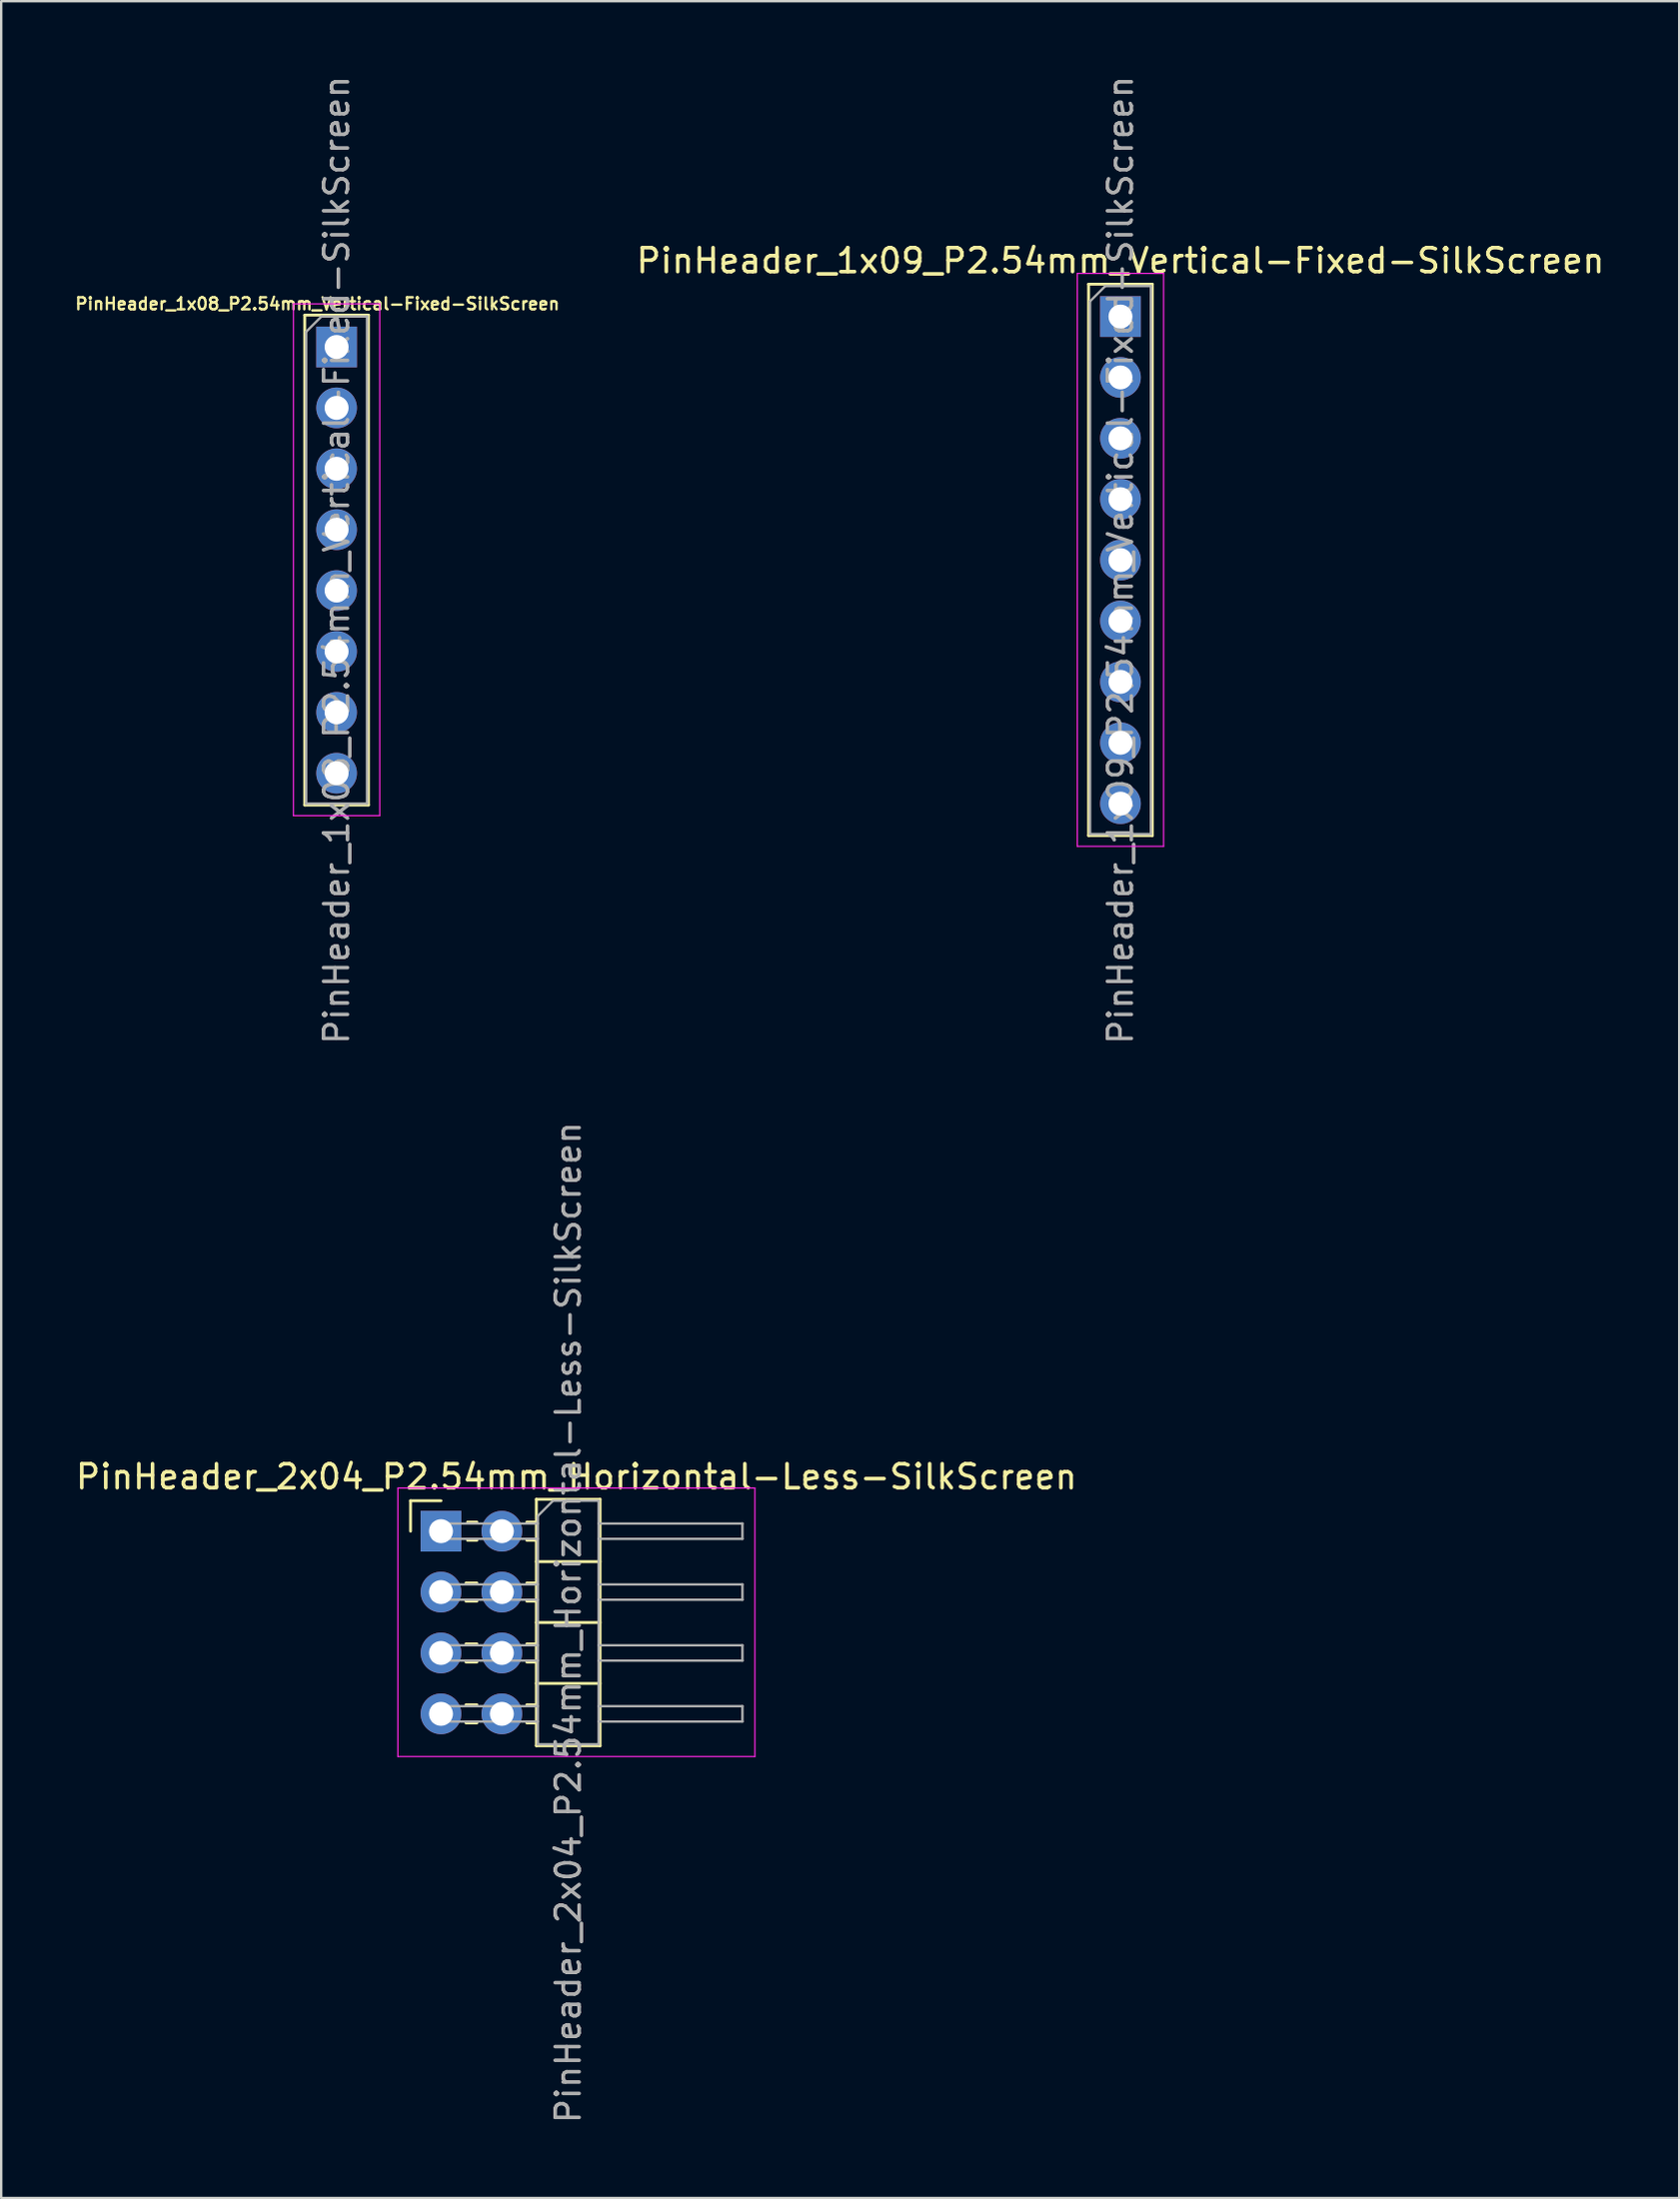
<source format=kicad_pcb>
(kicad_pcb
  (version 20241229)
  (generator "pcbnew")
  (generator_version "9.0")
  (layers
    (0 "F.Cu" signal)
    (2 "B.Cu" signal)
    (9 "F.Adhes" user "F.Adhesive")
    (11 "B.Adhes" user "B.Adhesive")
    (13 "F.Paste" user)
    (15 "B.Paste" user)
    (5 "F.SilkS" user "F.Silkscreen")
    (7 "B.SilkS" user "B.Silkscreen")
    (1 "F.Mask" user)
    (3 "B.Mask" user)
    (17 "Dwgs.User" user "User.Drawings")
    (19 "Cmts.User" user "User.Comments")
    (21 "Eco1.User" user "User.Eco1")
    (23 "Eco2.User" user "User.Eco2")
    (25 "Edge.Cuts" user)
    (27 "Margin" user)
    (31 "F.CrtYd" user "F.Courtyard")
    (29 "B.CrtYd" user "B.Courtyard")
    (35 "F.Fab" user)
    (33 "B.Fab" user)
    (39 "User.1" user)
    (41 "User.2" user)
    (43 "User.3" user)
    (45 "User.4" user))
  (footprint "PinHeader_1x08_P2.54mm_Vertical-Fixed-SilkScreen"
    (layer "F.Cu")
    (at 10.995 11.425)
    (property "Reference" "PinHeader_1x08_P2.54mm_Vertical-Fixed-SilkScreen" (at -0.8 -1.8 0) (layer "F.SilkS") (effects (font (size 0.5 0.5) (thickness 0.1))))
    (attr through_hole)
    (fp_line (start -1.33 -1.33) (end -1.33 19.11) (stroke (width 0.12) (type solid)) (layer "F.SilkS"))
    (fp_line (start -1.33 -1.33) (end 1.33 -1.33) (stroke (width 0.12) (type solid)) (layer "F.SilkS"))
    (fp_line (start -1.33 19.11) (end 1.33 19.11) (stroke (width 0.12) (type solid)) (layer "F.SilkS"))
    (fp_line (start 1.33 -1.33) (end 1.33 19.11) (stroke (width 0.12) (type solid)) (layer "F.SilkS"))
    (fp_line (start -1.8 -1.8) (end -1.8 19.55) (stroke (width 0.05) (type solid)) (layer "F.CrtYd"))
    (fp_line (start -1.8 19.55) (end 1.8 19.55) (stroke (width 0.05) (type solid)) (layer "F.CrtYd"))
    (fp_line (start 1.8 -1.8) (end -1.8 -1.8) (stroke (width 0.05) (type solid)) (layer "F.CrtYd"))
    (fp_line (start 1.8 19.55) (end 1.8 -1.8) (stroke (width 0.05) (type solid)) (layer "F.CrtYd"))
    (fp_line (start -1.27 -0.635) (end -0.635 -1.27) (stroke (width 0.1) (type solid)) (layer "F.Fab"))
    (fp_line (start -1.27 19.05) (end -1.27 -0.635) (stroke (width 0.1) (type solid)) (layer "F.Fab"))
    (fp_line (start -0.635 -1.27) (end 1.27 -1.27) (stroke (width 0.1) (type solid)) (layer "F.Fab"))
    (fp_line (start 1.27 -1.27) (end 1.27 19.05) (stroke (width 0.1) (type solid)) (layer "F.Fab"))
    (fp_line (start 1.27 19.05) (end -1.27 19.05) (stroke (width 0.1) (type solid)) (layer "F.Fab"))
    (fp_text user "${REFERENCE}" (at 0 8.89 90) (layer "F.Fab") (effects (font (size 1 1) (thickness 0.15))))
    (pad "1" thru_hole rect (at 0 0) (size 1.7 1.7) (drill 1) (layers "*.Cu" "*.Mask"))
    (pad "2" thru_hole oval (at 0 2.54) (size 1.7 1.7) (drill 1) (layers "*.Cu" "*.Mask"))
    (pad "3" thru_hole oval (at 0 5.08) (size 1.7 1.7) (drill 1) (layers "*.Cu" "*.Mask"))
    (pad "4" thru_hole oval (at 0 7.62) (size 1.7 1.7) (drill 1) (layers "*.Cu" "*.Mask"))
    (pad "5" thru_hole oval (at 0 10.16) (size 1.7 1.7) (drill 1) (layers "*.Cu" "*.Mask"))
    (pad "6" thru_hole oval (at 0 12.7) (size 1.7 1.7) (drill 1) (layers "*.Cu" "*.Mask"))
    (pad "7" thru_hole oval (at 0 15.24) (size 1.7 1.7) (drill 1) (layers "*.Cu" "*.Mask"))
    (pad "8" thru_hole oval (at 0 17.78) (size 1.7 1.7) (drill 1) (layers "*.Cu" "*.Mask")))
  (footprint "PinHeader_1x09_P2.54mm_Vertical-Fixed-SilkScreen"
    (layer "F.Cu")
    (at 43.706 10.155)
    (property "Reference" "PinHeader_1x09_P2.54mm_Vertical-Fixed-SilkScreen" (at 0 -2.33 0) (layer "F.SilkS") (effects (font (size 1 1) (thickness 0.15))))
    (attr through_hole)
    (fp_line (start -1.33 -1.35) (end -1.33 21.65) (stroke (width 0.12) (type solid)) (layer "F.SilkS"))
    (fp_line (start -1.33 -1.35) (end 1.33 -1.35) (stroke (width 0.12) (type solid)) (layer "F.SilkS"))
    (fp_line (start -1.33 21.65) (end 1.33 21.65) (stroke (width 0.12) (type solid)) (layer "F.SilkS"))
    (fp_line (start 1.33 -1.35) (end 1.33 21.65) (stroke (width 0.12) (type solid)) (layer "F.SilkS"))
    (fp_line (start -1.8 -1.8) (end -1.8 22.1) (stroke (width 0.05) (type solid)) (layer "F.CrtYd"))
    (fp_line (start -1.8 22.1) (end 1.8 22.1) (stroke (width 0.05) (type solid)) (layer "F.CrtYd"))
    (fp_line (start 1.8 -1.8) (end -1.8 -1.8) (stroke (width 0.05) (type solid)) (layer "F.CrtYd"))
    (fp_line (start 1.8 22.1) (end 1.8 -1.8) (stroke (width 0.05) (type solid)) (layer "F.CrtYd"))
    (fp_line (start -1.27 -0.635) (end -0.635 -1.27) (stroke (width 0.1) (type solid)) (layer "F.Fab"))
    (fp_line (start -1.27 21.59) (end -1.27 -0.635) (stroke (width 0.1) (type solid)) (layer "F.Fab"))
    (fp_line (start -0.635 -1.27) (end 1.27 -1.27) (stroke (width 0.1) (type solid)) (layer "F.Fab"))
    (fp_line (start 1.27 -1.27) (end 1.27 21.59) (stroke (width 0.1) (type solid)) (layer "F.Fab"))
    (fp_line (start 1.27 21.59) (end -1.27 21.59) (stroke (width 0.1) (type solid)) (layer "F.Fab"))
    (fp_text user "${REFERENCE}" (at 0 10.16 90) (layer "F.Fab") (effects (font (size 1 1) (thickness 0.15))))
    (pad "1" thru_hole rect (at 0 0) (size 1.7 1.7) (drill 1) (layers "*.Cu" "*.Mask"))
    (pad "2" thru_hole oval (at 0 2.54) (size 1.7 1.7) (drill 1) (layers "*.Cu" "*.Mask"))
    (pad "3" thru_hole oval (at 0 5.08) (size 1.7 1.7) (drill 1) (layers "*.Cu" "*.Mask"))
    (pad "4" thru_hole oval (at 0 7.62) (size 1.7 1.7) (drill 1) (layers "*.Cu" "*.Mask"))
    (pad "5" thru_hole oval (at 0 10.16) (size 1.7 1.7) (drill 1) (layers "*.Cu" "*.Mask"))
    (pad "6" thru_hole oval (at 0 12.7) (size 1.7 1.7) (drill 1) (layers "*.Cu" "*.Mask"))
    (pad "7" thru_hole oval (at 0 15.24) (size 1.7 1.7) (drill 1) (layers "*.Cu" "*.Mask"))
    (pad "8" thru_hole oval (at 0 17.78) (size 1.7 1.7) (drill 1) (layers "*.Cu" "*.Mask"))
    (pad "9" thru_hole oval (at 0 20.32) (size 1.7 1.7) (drill 1) (layers "*.Cu" "*.Mask")))
  (footprint "PinHeader_2x04_P2.54mm_Horizontal-Less-SilkScreen"
    (layer "F.Cu")
    (at 15.351 60.827)
    (property "Reference" "PinHeader_2x04_P2.54mm_Horizontal-Less-SilkScreen" (at 5.655 -2.27 0) (layer "F.SilkS") (effects (font (size 1 1) (thickness 0.15))))
    (attr through_hole)
    (fp_line (start -1.27 -1.27) (end 0 -1.27) (stroke (width 0.12) (type solid)) (layer "F.SilkS"))
    (fp_line (start -1.27 0) (end -1.27 -1.27) (stroke (width 0.12) (type solid)) (layer "F.SilkS"))
    (fp_line (start 1.043 2.16) (end 1.497 2.16) (stroke (width 0.12) (type solid)) (layer "F.SilkS"))
    (fp_line (start 1.043 2.92) (end 1.497 2.92) (stroke (width 0.12) (type solid)) (layer "F.SilkS"))
    (fp_line (start 1.043 4.7) (end 1.497 4.7) (stroke (width 0.12) (type solid)) (layer "F.SilkS"))
    (fp_line (start 1.043 5.46) (end 1.497 5.46) (stroke (width 0.12) (type solid)) (layer "F.SilkS"))
    (fp_line (start 1.043 7.24) (end 1.497 7.24) (stroke (width 0.12) (type solid)) (layer "F.SilkS"))
    (fp_line (start 1.043 8) (end 1.497 8) (stroke (width 0.12) (type solid)) (layer "F.SilkS"))
    (fp_line (start 1.11 -0.38) (end 1.497 -0.38) (stroke (width 0.12) (type solid)) (layer "F.SilkS"))
    (fp_line (start 1.11 0.38) (end 1.497 0.38) (stroke (width 0.12) (type solid)) (layer "F.SilkS"))
    (fp_line (start 3.583 -0.38) (end 3.98 -0.38) (stroke (width 0.12) (type solid)) (layer "F.SilkS"))
    (fp_line (start 3.583 0.38) (end 3.98 0.38) (stroke (width 0.12) (type solid)) (layer "F.SilkS"))
    (fp_line (start 3.583 2.16) (end 3.98 2.16) (stroke (width 0.12) (type solid)) (layer "F.SilkS"))
    (fp_line (start 3.583 2.92) (end 3.98 2.92) (stroke (width 0.12) (type solid)) (layer "F.SilkS"))
    (fp_line (start 3.583 4.7) (end 3.98 4.7) (stroke (width 0.12) (type solid)) (layer "F.SilkS"))
    (fp_line (start 3.583 5.46) (end 3.98 5.46) (stroke (width 0.12) (type solid)) (layer "F.SilkS"))
    (fp_line (start 3.583 7.24) (end 3.98 7.24) (stroke (width 0.12) (type solid)) (layer "F.SilkS"))
    (fp_line (start 3.583 8) (end 3.98 8) (stroke (width 0.12) (type solid)) (layer "F.SilkS"))
    (fp_line (start 3.98 -1.33) (end 3.98 8.95) (stroke (width 0.12) (type solid)) (layer "F.SilkS"))
    (fp_line (start 3.98 1.27) (end 6.64 1.27) (stroke (width 0.12) (type solid)) (layer "F.SilkS"))
    (fp_line (start 3.98 3.81) (end 6.64 3.81) (stroke (width 0.12) (type solid)) (layer "F.SilkS"))
    (fp_line (start 3.98 6.35) (end 6.64 6.35) (stroke (width 0.12) (type solid)) (layer "F.SilkS"))
    (fp_line (start 3.98 8.95) (end 6.64 8.95) (stroke (width 0.12) (type solid)) (layer "F.SilkS"))
    (fp_line (start 6.64 -1.33) (end 3.98 -1.33) (stroke (width 0.12) (type solid)) (layer "F.SilkS"))
    (fp_line (start 6.64 8.95) (end 6.64 -1.33) (stroke (width 0.12) (type solid)) (layer "F.SilkS"))
    (fp_line (start -1.8 -1.8) (end -1.8 9.4) (stroke (width 0.05) (type solid)) (layer "F.CrtYd"))
    (fp_line (start -1.8 9.4) (end 13.1 9.4) (stroke (width 0.05) (type solid)) (layer "F.CrtYd"))
    (fp_line (start 13.1 -1.8) (end -1.8 -1.8) (stroke (width 0.05) (type solid)) (layer "F.CrtYd"))
    (fp_line (start 13.1 9.4) (end 13.1 -1.8) (stroke (width 0.05) (type solid)) (layer "F.CrtYd"))
    (fp_line (start -0.32 -0.32) (end -0.32 0.32) (stroke (width 0.1) (type solid)) (layer "F.Fab"))
    (fp_line (start -0.32 -0.32) (end 4.04 -0.32) (stroke (width 0.1) (type solid)) (layer "F.Fab"))
    (fp_line (start -0.32 0.32) (end 4.04 0.32) (stroke (width 0.1) (type solid)) (layer "F.Fab"))
    (fp_line (start -0.32 2.22) (end -0.32 2.86) (stroke (width 0.1) (type solid)) (layer "F.Fab"))
    (fp_line (start -0.32 2.22) (end 4.04 2.22) (stroke (width 0.1) (type solid)) (layer "F.Fab"))
    (fp_line (start -0.32 2.86) (end 4.04 2.86) (stroke (width 0.1) (type solid)) (layer "F.Fab"))
    (fp_line (start -0.32 4.76) (end -0.32 5.4) (stroke (width 0.1) (type solid)) (layer "F.Fab"))
    (fp_line (start -0.32 4.76) (end 4.04 4.76) (stroke (width 0.1) (type solid)) (layer "F.Fab"))
    (fp_line (start -0.32 5.4) (end 4.04 5.4) (stroke (width 0.1) (type solid)) (layer "F.Fab"))
    (fp_line (start -0.32 7.3) (end -0.32 7.94) (stroke (width 0.1) (type solid)) (layer "F.Fab"))
    (fp_line (start -0.32 7.3) (end 4.04 7.3) (stroke (width 0.1) (type solid)) (layer "F.Fab"))
    (fp_line (start -0.32 7.94) (end 4.04 7.94) (stroke (width 0.1) (type solid)) (layer "F.Fab"))
    (fp_line (start 4.04 -0.635) (end 4.675 -1.27) (stroke (width 0.1) (type solid)) (layer "F.Fab"))
    (fp_line (start 4.04 8.89) (end 4.04 -0.635) (stroke (width 0.1) (type solid)) (layer "F.Fab"))
    (fp_line (start 4.675 -1.27) (end 6.58 -1.27) (stroke (width 0.1) (type solid)) (layer "F.Fab"))
    (fp_line (start 6.58 -1.27) (end 6.58 8.89) (stroke (width 0.1) (type solid)) (layer "F.Fab"))
    (fp_line (start 6.58 -0.32) (end 12.58 -0.32) (stroke (width 0.1) (type solid)) (layer "F.Fab"))
    (fp_line (start 6.58 0.32) (end 12.58 0.32) (stroke (width 0.1) (type solid)) (layer "F.Fab"))
    (fp_line (start 6.58 2.22) (end 12.58 2.22) (stroke (width 0.1) (type solid)) (layer "F.Fab"))
    (fp_line (start 6.58 2.86) (end 12.58 2.86) (stroke (width 0.1) (type solid)) (layer "F.Fab"))
    (fp_line (start 6.58 4.76) (end 12.58 4.76) (stroke (width 0.1) (type solid)) (layer "F.Fab"))
    (fp_line (start 6.58 5.4) (end 12.58 5.4) (stroke (width 0.1) (type solid)) (layer "F.Fab"))
    (fp_line (start 6.58 7.3) (end 12.58 7.3) (stroke (width 0.1) (type solid)) (layer "F.Fab"))
    (fp_line (start 6.58 7.94) (end 12.58 7.94) (stroke (width 0.1) (type solid)) (layer "F.Fab"))
    (fp_line (start 6.58 8.89) (end 4.04 8.89) (stroke (width 0.1) (type solid)) (layer "F.Fab"))
    (fp_line (start 12.58 -0.32) (end 12.58 0.32) (stroke (width 0.1) (type solid)) (layer "F.Fab"))
    (fp_line (start 12.58 2.22) (end 12.58 2.86) (stroke (width 0.1) (type solid)) (layer "F.Fab"))
    (fp_line (start 12.58 4.76) (end 12.58 5.4) (stroke (width 0.1) (type solid)) (layer "F.Fab"))
    (fp_line (start 12.58 7.3) (end 12.58 7.94) (stroke (width 0.1) (type solid)) (layer "F.Fab"))
    (fp_text user "${REFERENCE}" (at 5.31 3.81 90) (layer "F.Fab") (effects (font (size 1 1) (thickness 0.15))))
    (pad "1" thru_hole rect (at 0 0) (size 1.7 1.7) (drill 1) (layers "*.Cu" "*.Mask"))
    (pad "2" thru_hole oval (at 2.54 0) (size 1.7 1.7) (drill 1) (layers "*.Cu" "*.Mask"))
    (pad "3" thru_hole oval (at 0 2.54) (size 1.7 1.7) (drill 1) (layers "*.Cu" "*.Mask"))
    (pad "4" thru_hole oval (at 2.54 2.54) (size 1.7 1.7) (drill 1) (layers "*.Cu" "*.Mask"))
    (pad "5" thru_hole oval (at 0 5.08) (size 1.7 1.7) (drill 1) (layers "*.Cu" "*.Mask"))
    (pad "6" thru_hole oval (at 2.54 5.08) (size 1.7 1.7) (drill 1) (layers "*.Cu" "*.Mask"))
    (pad "7" thru_hole oval (at 0 7.62) (size 1.7 1.7) (drill 1) (layers "*.Cu" "*.Mask"))
    (pad "8" thru_hole oval (at 2.54 7.62) (size 1.7 1.7) (drill 1) (layers "*.Cu" "*.Mask")))
  (gr_rect
    (start -3 -3)
    (end 67.021 88.643)
    (stroke (width 0.1) (type default))
    (fill no)
    (layer "Edge.Cuts")))
</source>
